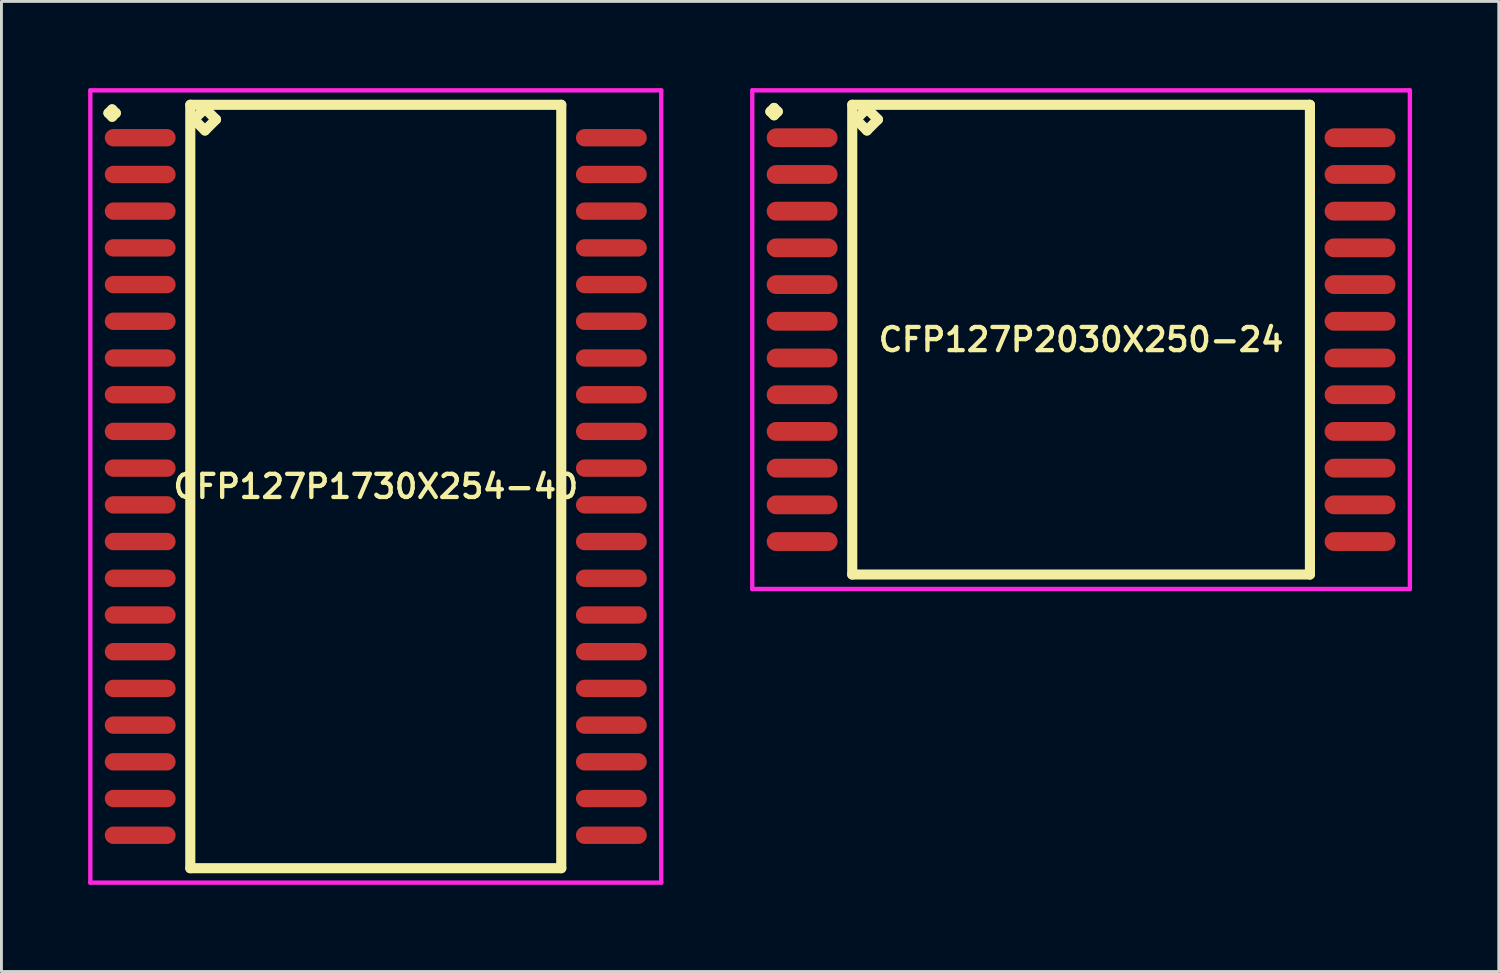
<source format=kicad_pcb>
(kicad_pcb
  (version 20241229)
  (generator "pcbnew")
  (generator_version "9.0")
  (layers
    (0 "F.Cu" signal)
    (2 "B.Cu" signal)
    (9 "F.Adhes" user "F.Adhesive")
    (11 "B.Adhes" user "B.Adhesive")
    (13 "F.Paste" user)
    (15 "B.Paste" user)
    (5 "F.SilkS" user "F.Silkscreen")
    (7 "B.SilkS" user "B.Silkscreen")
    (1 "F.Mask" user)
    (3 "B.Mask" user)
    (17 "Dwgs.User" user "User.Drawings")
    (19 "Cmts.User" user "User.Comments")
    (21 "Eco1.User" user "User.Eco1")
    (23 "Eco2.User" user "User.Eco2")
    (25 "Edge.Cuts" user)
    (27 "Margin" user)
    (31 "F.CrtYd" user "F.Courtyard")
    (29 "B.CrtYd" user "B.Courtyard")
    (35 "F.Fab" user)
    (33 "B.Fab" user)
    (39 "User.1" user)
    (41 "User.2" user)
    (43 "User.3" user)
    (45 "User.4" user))
  (footprint "CFP127P2030X250-24"
    (layer "F.Cu")
    (at 34.35 8.7)
    (property "Reference" "CFP127P2030X250-24" (at 0 0 0) (layer "F.SilkS") (effects (font (size 0.8 0.8) (thickness 0.15))))
    (attr smd)
    (fp_line (start -10.748 -7.889) (end -10.621 -8.016) (stroke (width 0.35) (type solid)) (layer "F.SilkS"))
    (fp_line (start -10.621 -8.016) (end -10.494 -7.889) (stroke (width 0.35) (type solid)) (layer "F.SilkS"))
    (fp_line (start -10.621 -7.762) (end -10.748 -7.889) (stroke (width 0.35) (type solid)) (layer "F.SilkS"))
    (fp_line (start -10.494 -7.889) (end -10.621 -7.762) (stroke (width 0.35) (type solid)) (layer "F.SilkS"))
    (fp_line (start -7.917 -8.125) (end -7.917 8.125) (stroke (width 0.35) (type solid)) (layer "F.SilkS"))
    (fp_line (start -7.917 8.125) (end 7.917 8.125) (stroke (width 0.35) (type solid)) (layer "F.SilkS"))
    (fp_line (start -7.79 -7.617) (end -7.409 -7.998) (stroke (width 0.35) (type solid)) (layer "F.SilkS"))
    (fp_line (start -7.409 -7.998) (end -7.028 -7.617) (stroke (width 0.35) (type solid)) (layer "F.SilkS"))
    (fp_line (start -7.409 -7.236) (end -7.79 -7.617) (stroke (width 0.35) (type solid)) (layer "F.SilkS"))
    (fp_line (start -7.028 -7.617) (end -7.409 -7.236) (stroke (width 0.35) (type solid)) (layer "F.SilkS"))
    (fp_line (start 7.917 -8.125) (end -7.917 -8.125) (stroke (width 0.35) (type solid)) (layer "F.SilkS"))
    (fp_line (start 7.917 8.125) (end 7.917 -8.125) (stroke (width 0.35) (type solid)) (layer "F.SilkS"))
    (fp_line (start -11.375 -8.625) (end 11.375 -8.625) (stroke (width 0.15) (type solid)) (layer "F.CrtYd"))
    (fp_line (start -11.375 8.625) (end -11.375 -8.625) (stroke (width 0.15) (type solid)) (layer "F.CrtYd"))
    (fp_line (start 11.375 -8.625) (end 11.375 8.625) (stroke (width 0.15) (type solid)) (layer "F.CrtYd"))
    (fp_line (start 11.375 8.625) (end -11.375 8.625) (stroke (width 0.15) (type solid)) (layer "F.CrtYd"))
    (pad "1" smd oval (at -9.65 -6.985) (size 2.45 0.65) (layers "F.Cu" "F.Mask" "F.Paste"))
    (pad "2" smd oval (at -9.65 -5.715) (size 2.45 0.65) (layers "F.Cu" "F.Mask" "F.Paste"))
    (pad "3" smd oval (at -9.65 -4.445) (size 2.45 0.65) (layers "F.Cu" "F.Mask" "F.Paste"))
    (pad "4" smd oval (at -9.65 -3.175) (size 2.45 0.65) (layers "F.Cu" "F.Mask" "F.Paste"))
    (pad "5" smd oval (at -9.65 -1.905) (size 2.45 0.65) (layers "F.Cu" "F.Mask" "F.Paste"))
    (pad "6" smd oval (at -9.65 -0.635) (size 2.45 0.65) (layers "F.Cu" "F.Mask" "F.Paste"))
    (pad "7" smd oval (at -9.65 0.635) (size 2.45 0.65) (layers "F.Cu" "F.Mask" "F.Paste"))
    (pad "8" smd oval (at -9.65 1.905) (size 2.45 0.65) (layers "F.Cu" "F.Mask" "F.Paste"))
    (pad "9" smd oval (at -9.65 3.175) (size 2.45 0.65) (layers "F.Cu" "F.Mask" "F.Paste"))
    (pad "10" smd oval (at -9.65 4.445) (size 2.45 0.65) (layers "F.Cu" "F.Mask" "F.Paste"))
    (pad "11" smd oval (at -9.65 5.715) (size 2.45 0.65) (layers "F.Cu" "F.Mask" "F.Paste"))
    (pad "12" smd oval (at -9.65 6.985) (size 2.45 0.65) (layers "F.Cu" "F.Mask" "F.Paste"))
    (pad "13" smd oval (at 9.65 6.985) (size 2.45 0.65) (layers "F.Cu" "F.Mask" "F.Paste"))
    (pad "14" smd oval (at 9.65 5.715) (size 2.45 0.65) (layers "F.Cu" "F.Mask" "F.Paste"))
    (pad "15" smd oval (at 9.65 4.445) (size 2.45 0.65) (layers "F.Cu" "F.Mask" "F.Paste"))
    (pad "16" smd oval (at 9.65 3.175) (size 2.45 0.65) (layers "F.Cu" "F.Mask" "F.Paste"))
    (pad "17" smd oval (at 9.65 1.905) (size 2.45 0.65) (layers "F.Cu" "F.Mask" "F.Paste"))
    (pad "18" smd oval (at 9.65 0.635) (size 2.45 0.65) (layers "F.Cu" "F.Mask" "F.Paste"))
    (pad "19" smd oval (at 9.65 -0.635) (size 2.45 0.65) (layers "F.Cu" "F.Mask" "F.Paste"))
    (pad "20" smd oval (at 9.65 -1.905) (size 2.45 0.65) (layers "F.Cu" "F.Mask" "F.Paste"))
    (pad "21" smd oval (at 9.65 -3.175) (size 2.45 0.65) (layers "F.Cu" "F.Mask" "F.Paste"))
    (pad "22" smd oval (at 9.65 -4.445) (size 2.45 0.65) (layers "F.Cu" "F.Mask" "F.Paste"))
    (pad "23" smd oval (at 9.65 -5.715) (size 2.45 0.65) (layers "F.Cu" "F.Mask" "F.Paste"))
    (pad "24" smd oval (at 9.65 -6.985) (size 2.45 0.65) (layers "F.Cu" "F.Mask" "F.Paste")))
  (footprint "CFP127P1730X254-40"
    (layer "F.Cu")
    (at 9.95 13.78)
    (property "Reference" "CFP127P1730X254-40" (at 0 0 0) (layer "F.SilkS") (effects (font (size 0.8 0.8) (thickness 0.15))))
    (attr smd)
    (fp_line (start -9.248 -12.919) (end -9.121 -13.046) (stroke (width 0.35) (type solid)) (layer "F.SilkS"))
    (fp_line (start -9.121 -13.046) (end -8.994 -12.919) (stroke (width 0.35) (type solid)) (layer "F.SilkS"))
    (fp_line (start -9.121 -12.792) (end -9.248 -12.919) (stroke (width 0.35) (type solid)) (layer "F.SilkS"))
    (fp_line (start -8.994 -12.919) (end -9.121 -12.792) (stroke (width 0.35) (type solid)) (layer "F.SilkS"))
    (fp_line (start -6.417 -13.205) (end -6.417 13.205) (stroke (width 0.35) (type solid)) (layer "F.SilkS"))
    (fp_line (start -6.417 13.205) (end 6.417 13.205) (stroke (width 0.35) (type solid)) (layer "F.SilkS"))
    (fp_line (start -6.29 -12.697) (end -5.909 -13.078) (stroke (width 0.35) (type solid)) (layer "F.SilkS"))
    (fp_line (start -5.909 -13.078) (end -5.528 -12.697) (stroke (width 0.35) (type solid)) (layer "F.SilkS"))
    (fp_line (start -5.909 -12.316) (end -6.29 -12.697) (stroke (width 0.35) (type solid)) (layer "F.SilkS"))
    (fp_line (start -5.528 -12.697) (end -5.909 -12.316) (stroke (width 0.35) (type solid)) (layer "F.SilkS"))
    (fp_line (start 6.417 -13.205) (end -6.417 -13.205) (stroke (width 0.35) (type solid)) (layer "F.SilkS"))
    (fp_line (start 6.417 13.205) (end 6.417 -13.205) (stroke (width 0.35) (type solid)) (layer "F.SilkS"))
    (fp_line (start -9.875 -13.705) (end 9.875 -13.705) (stroke (width 0.15) (type solid)) (layer "F.CrtYd"))
    (fp_line (start -9.875 13.705) (end -9.875 -13.705) (stroke (width 0.15) (type solid)) (layer "F.CrtYd"))
    (fp_line (start 9.875 -13.705) (end 9.875 13.705) (stroke (width 0.15) (type solid)) (layer "F.CrtYd"))
    (fp_line (start 9.875 13.705) (end -9.875 13.705) (stroke (width 0.15) (type solid)) (layer "F.CrtYd"))
    (pad "1" smd oval (at -8.15 -12.065) (size 2.45 0.6) (layers "F.Cu" "F.Mask" "F.Paste"))
    (pad "2" smd oval (at -8.15 -10.795) (size 2.45 0.6) (layers "F.Cu" "F.Mask" "F.Paste"))
    (pad "3" smd oval (at -8.15 -9.525) (size 2.45 0.6) (layers "F.Cu" "F.Mask" "F.Paste"))
    (pad "4" smd oval (at -8.15 -8.255) (size 2.45 0.6) (layers "F.Cu" "F.Mask" "F.Paste"))
    (pad "5" smd oval (at -8.15 -6.985) (size 2.45 0.6) (layers "F.Cu" "F.Mask" "F.Paste"))
    (pad "6" smd oval (at -8.15 -5.715) (size 2.45 0.6) (layers "F.Cu" "F.Mask" "F.Paste"))
    (pad "7" smd oval (at -8.15 -4.445) (size 2.45 0.6) (layers "F.Cu" "F.Mask" "F.Paste"))
    (pad "8" smd oval (at -8.15 -3.175) (size 2.45 0.6) (layers "F.Cu" "F.Mask" "F.Paste"))
    (pad "9" smd oval (at -8.15 -1.905) (size 2.45 0.6) (layers "F.Cu" "F.Mask" "F.Paste"))
    (pad "10" smd oval (at -8.15 -0.635) (size 2.45 0.6) (layers "F.Cu" "F.Mask" "F.Paste"))
    (pad "11" smd oval (at -8.15 0.635) (size 2.45 0.6) (layers "F.Cu" "F.Mask" "F.Paste"))
    (pad "12" smd oval (at -8.15 1.905) (size 2.45 0.6) (layers "F.Cu" "F.Mask" "F.Paste"))
    (pad "13" smd oval (at -8.15 3.175) (size 2.45 0.6) (layers "F.Cu" "F.Mask" "F.Paste"))
    (pad "14" smd oval (at -8.15 4.445) (size 2.45 0.6) (layers "F.Cu" "F.Mask" "F.Paste"))
    (pad "15" smd oval (at -8.15 5.715) (size 2.45 0.6) (layers "F.Cu" "F.Mask" "F.Paste"))
    (pad "16" smd oval (at -8.15 6.985) (size 2.45 0.6) (layers "F.Cu" "F.Mask" "F.Paste"))
    (pad "17" smd oval (at -8.15 8.255) (size 2.45 0.6) (layers "F.Cu" "F.Mask" "F.Paste"))
    (pad "18" smd oval (at -8.15 9.525) (size 2.45 0.6) (layers "F.Cu" "F.Mask" "F.Paste"))
    (pad "19" smd oval (at -8.15 10.795) (size 2.45 0.6) (layers "F.Cu" "F.Mask" "F.Paste"))
    (pad "20" smd oval (at -8.15 12.065) (size 2.45 0.6) (layers "F.Cu" "F.Mask" "F.Paste"))
    (pad "21" smd oval (at 8.15 12.065) (size 2.45 0.6) (layers "F.Cu" "F.Mask" "F.Paste"))
    (pad "22" smd oval (at 8.15 10.795) (size 2.45 0.6) (layers "F.Cu" "F.Mask" "F.Paste"))
    (pad "23" smd oval (at 8.15 9.525) (size 2.45 0.6) (layers "F.Cu" "F.Mask" "F.Paste"))
    (pad "24" smd oval (at 8.15 8.255) (size 2.45 0.6) (layers "F.Cu" "F.Mask" "F.Paste"))
    (pad "25" smd oval (at 8.15 6.985) (size 2.45 0.6) (layers "F.Cu" "F.Mask" "F.Paste"))
    (pad "26" smd oval (at 8.15 5.715) (size 2.45 0.6) (layers "F.Cu" "F.Mask" "F.Paste"))
    (pad "27" smd oval (at 8.15 4.445) (size 2.45 0.6) (layers "F.Cu" "F.Mask" "F.Paste"))
    (pad "28" smd oval (at 8.15 3.175) (size 2.45 0.6) (layers "F.Cu" "F.Mask" "F.Paste"))
    (pad "29" smd oval (at 8.15 1.905) (size 2.45 0.6) (layers "F.Cu" "F.Mask" "F.Paste"))
    (pad "30" smd oval (at 8.15 0.635) (size 2.45 0.6) (layers "F.Cu" "F.Mask" "F.Paste"))
    (pad "31" smd oval (at 8.15 -0.635) (size 2.45 0.6) (layers "F.Cu" "F.Mask" "F.Paste"))
    (pad "32" smd oval (at 8.15 -1.905) (size 2.45 0.6) (layers "F.Cu" "F.Mask" "F.Paste"))
    (pad "33" smd oval (at 8.15 -3.175) (size 2.45 0.6) (layers "F.Cu" "F.Mask" "F.Paste"))
    (pad "34" smd oval (at 8.15 -4.445) (size 2.45 0.6) (layers "F.Cu" "F.Mask" "F.Paste"))
    (pad "35" smd oval (at 8.15 -5.715) (size 2.45 0.6) (layers "F.Cu" "F.Mask" "F.Paste"))
    (pad "36" smd oval (at 8.15 -6.985) (size 2.45 0.6) (layers "F.Cu" "F.Mask" "F.Paste"))
    (pad "37" smd oval (at 8.15 -8.255) (size 2.45 0.6) (layers "F.Cu" "F.Mask" "F.Paste"))
    (pad "38" smd oval (at 8.15 -9.525) (size 2.45 0.6) (layers "F.Cu" "F.Mask" "F.Paste"))
    (pad "39" smd oval (at 8.15 -10.795) (size 2.45 0.6) (layers "F.Cu" "F.Mask" "F.Paste"))
    (pad "40" smd oval (at 8.15 -12.065) (size 2.45 0.6) (layers "F.Cu" "F.Mask" "F.Paste")))
  (gr_rect
    (start -3 -3)
    (end 48.8 30.56)
    (stroke (width 0.1) (type default))
    (fill no)
    (layer "Edge.Cuts")))
</source>
